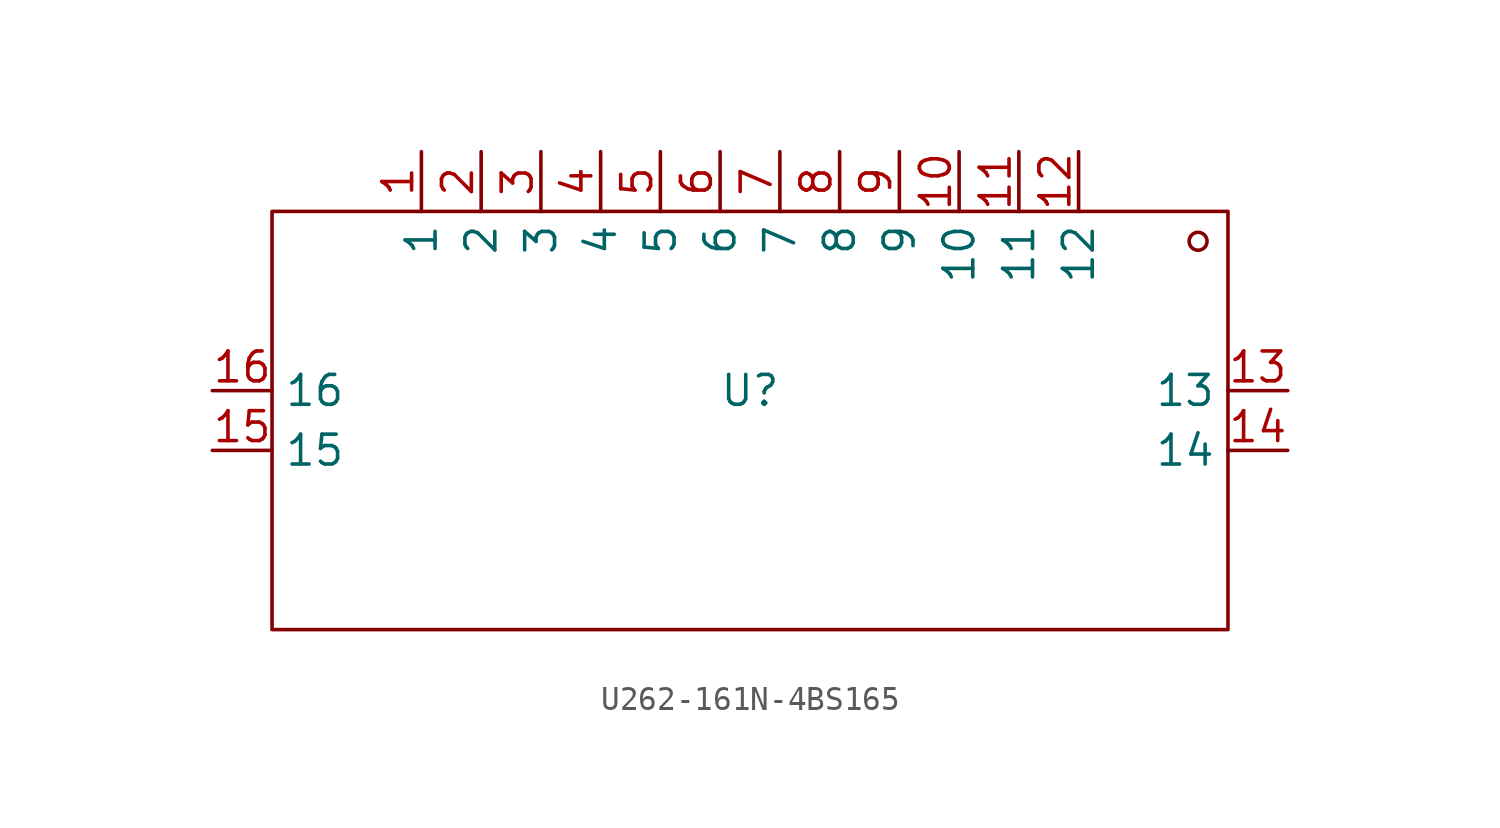
<source format=kicad_sym>
(kicad_symbol_lib
  (version 20231120)
  (generator "kicad_symbol_editor")
  (generator_version "8.0")
  (symbol "U262-161N-4BS165"
    (property "Reference" "U"
      (at 0 0 0)
      (effects (font (size 1.27 1.27))))
    (property "Value" ""
      (at 0 0 0)
      (effects (font (size 1.27 1.27))))
    (symbol "U262-161N-4BS165_1_0"
      (rectangle (start -20.32 -10.16) (end 20.32 7.62) (stroke (width 0) (type default)) (fill (type none)))
      (circle (center 19.05 6.35) (radius 0.381) (stroke (width 0) (type default)) (fill (type none)))
      (pin input line (at -13.97 10.16 270) (length 2.54) (name "1" (effects (font (size 1.27 1.27)))) (number "1" (effects (font (size 1.27 1.27)))))
      (pin input line (at 8.89 10.16 270) (length 2.54) (name "10" (effects (font (size 1.27 1.27)))) (number "10" (effects (font (size 1.27 1.27)))))
      (pin input line (at 11.43 10.16 270) (length 2.54) (name "11" (effects (font (size 1.27 1.27)))) (number "11" (effects (font (size 1.27 1.27)))))
      (pin input line (at 13.97 10.16 270) (length 2.54) (name "12" (effects (font (size 1.27 1.27)))) (number "12" (effects (font (size 1.27 1.27)))))
      (pin input line (at 22.86 0 180) (length 2.54) (name "13" (effects (font (size 1.27 1.27)))) (number "13" (effects (font (size 1.27 1.27)))))
      (pin input line (at 22.86 -2.54 180) (length 2.54) (name "14" (effects (font (size 1.27 1.27)))) (number "14" (effects (font (size 1.27 1.27)))))
      (pin input line (at -22.86 -2.54 0) (length 2.54) (name "15" (effects (font (size 1.27 1.27)))) (number "15" (effects (font (size 1.27 1.27)))))
      (pin input line (at -22.86 0 0) (length 2.54) (name "16" (effects (font (size 1.27 1.27)))) (number "16" (effects (font (size 1.27 1.27)))))
      (pin input line (at -11.43 10.16 270) (length 2.54) (name "2" (effects (font (size 1.27 1.27)))) (number "2" (effects (font (size 1.27 1.27)))))
      (pin input line (at -8.89 10.16 270) (length 2.54) (name "3" (effects (font (size 1.27 1.27)))) (number "3" (effects (font (size 1.27 1.27)))))
      (pin input line (at -6.35 10.16 270) (length 2.54) (name "4" (effects (font (size 1.27 1.27)))) (number "4" (effects (font (size 1.27 1.27)))))
      (pin input line (at -3.81 10.16 270) (length 2.54) (name "5" (effects (font (size 1.27 1.27)))) (number "5" (effects (font (size 1.27 1.27)))))
      (pin input line (at -1.27 10.16 270) (length 2.54) (name "6" (effects (font (size 1.27 1.27)))) (number "6" (effects (font (size 1.27 1.27)))))
      (pin input line (at 1.27 10.16 270) (length 2.54) (name "7" (effects (font (size 1.27 1.27)))) (number "7" (effects (font (size 1.27 1.27)))))
      (pin input line (at 3.81 10.16 270) (length 2.54) (name "8" (effects (font (size 1.27 1.27)))) (number "8" (effects (font (size 1.27 1.27)))))
      (pin input line (at 6.35 10.16 270) (length 2.54) (name "9" (effects (font (size 1.27 1.27)))) (number "9" (effects (font (size 1.27 1.27))))))))
</source>
